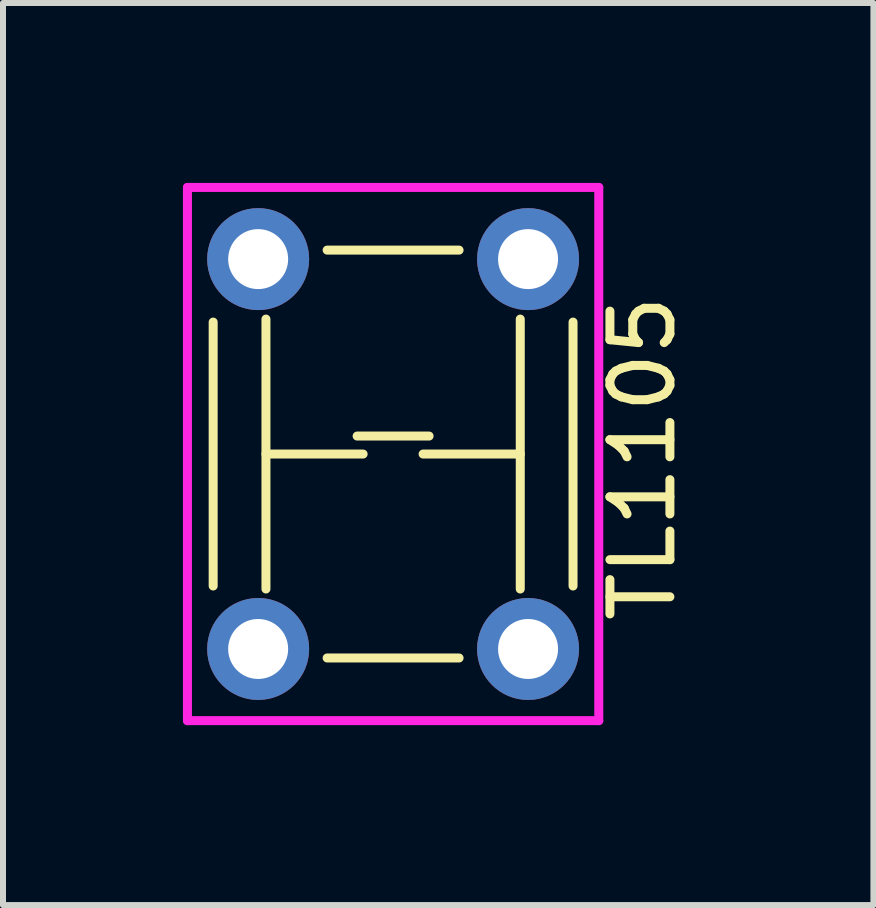
<source format=kicad_pcb>
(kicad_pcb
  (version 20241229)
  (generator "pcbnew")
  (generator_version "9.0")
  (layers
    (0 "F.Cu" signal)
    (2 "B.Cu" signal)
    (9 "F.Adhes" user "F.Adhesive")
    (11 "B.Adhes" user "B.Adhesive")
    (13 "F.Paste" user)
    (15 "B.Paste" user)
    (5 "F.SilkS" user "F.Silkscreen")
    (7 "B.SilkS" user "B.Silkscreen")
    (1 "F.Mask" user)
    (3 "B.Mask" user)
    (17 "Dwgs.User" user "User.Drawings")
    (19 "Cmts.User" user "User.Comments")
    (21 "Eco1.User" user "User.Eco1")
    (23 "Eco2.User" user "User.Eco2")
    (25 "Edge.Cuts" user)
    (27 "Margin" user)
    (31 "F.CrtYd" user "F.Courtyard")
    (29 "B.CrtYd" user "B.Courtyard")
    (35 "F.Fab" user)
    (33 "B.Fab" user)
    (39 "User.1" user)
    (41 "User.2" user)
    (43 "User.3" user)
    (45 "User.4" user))
  (footprint "TL1105"
    (layer "F.Cu")
    (at 3.504 4.52)
    (property "Reference" "TL1105" (at 4.16 0.07 90) (layer "F.SilkS") (effects (font (size 1 1) (thickness 0.15))))
    (attr through_hole)
    (fp_line (start -3 -2.2) (end -3 2.2) (stroke (width 0.15) (type solid)) (layer "F.SilkS"))
    (fp_line (start -2.12 -2.25) (end -2.12 2.25) (stroke (width 0.15) (type solid)) (layer "F.SilkS"))
    (fp_line (start -2.12 0) (end -0.5 0) (stroke (width 0.15) (type solid)) (layer "F.SilkS"))
    (fp_line (start -1.1 -3.4) (end 1.1 -3.4) (stroke (width 0.15) (type solid)) (layer "F.SilkS"))
    (fp_line (start -1.1 3.4) (end 1.1 3.4) (stroke (width 0.15) (type solid)) (layer "F.SilkS"))
    (fp_line (start -0.6 -0.3) (end 0.6 -0.3) (stroke (width 0.15) (type solid)) (layer "F.SilkS"))
    (fp_line (start 2.12 -2.25) (end 2.12 2.25) (stroke (width 0.15) (type solid)) (layer "F.SilkS"))
    (fp_line (start 2.12 0) (end 0.5 0) (stroke (width 0.15) (type solid)) (layer "F.SilkS"))
    (fp_line (start 3 -2.2) (end 3 2.2) (stroke (width 0.15) (type solid)) (layer "F.SilkS"))
    (fp_line (start -3.429 -4.445) (end 3.429 -4.445) (stroke (width 0.15) (type solid)) (layer "F.CrtYd"))
    (fp_line (start -3.429 4.445) (end -3.429 -4.445) (stroke (width 0.15) (type solid)) (layer "F.CrtYd"))
    (fp_line (start 3.429 -4.445) (end 3.429 4.445) (stroke (width 0.15) (type solid)) (layer "F.CrtYd"))
    (fp_line (start 3.429 4.445) (end -3.429 4.445) (stroke (width 0.15) (type solid)) (layer "F.CrtYd"))
    (pad "1" thru_hole circle (at -2.25 -3.25) (size 1.7 1.7) (drill 1) (layers "*.Cu" "*.Mask"))
    (pad "1" thru_hole circle (at -2.25 3.25) (size 1.7 1.7) (drill 1) (layers "*.Cu" "*.Mask"))
    (pad "2" thru_hole circle (at 2.25 -3.25) (size 1.7 1.7) (drill 1) (layers "*.Cu" "*.Mask"))
    (pad "2" thru_hole circle (at 2.25 3.25) (size 1.7 1.7) (drill 1) (layers "*.Cu" "*.Mask")))
  (gr_rect
    (start -3 -3)
    (end 11.512 12.04)
    (stroke (width 0.1) (type default))
    (fill no)
    (layer "Edge.Cuts")))
</source>
